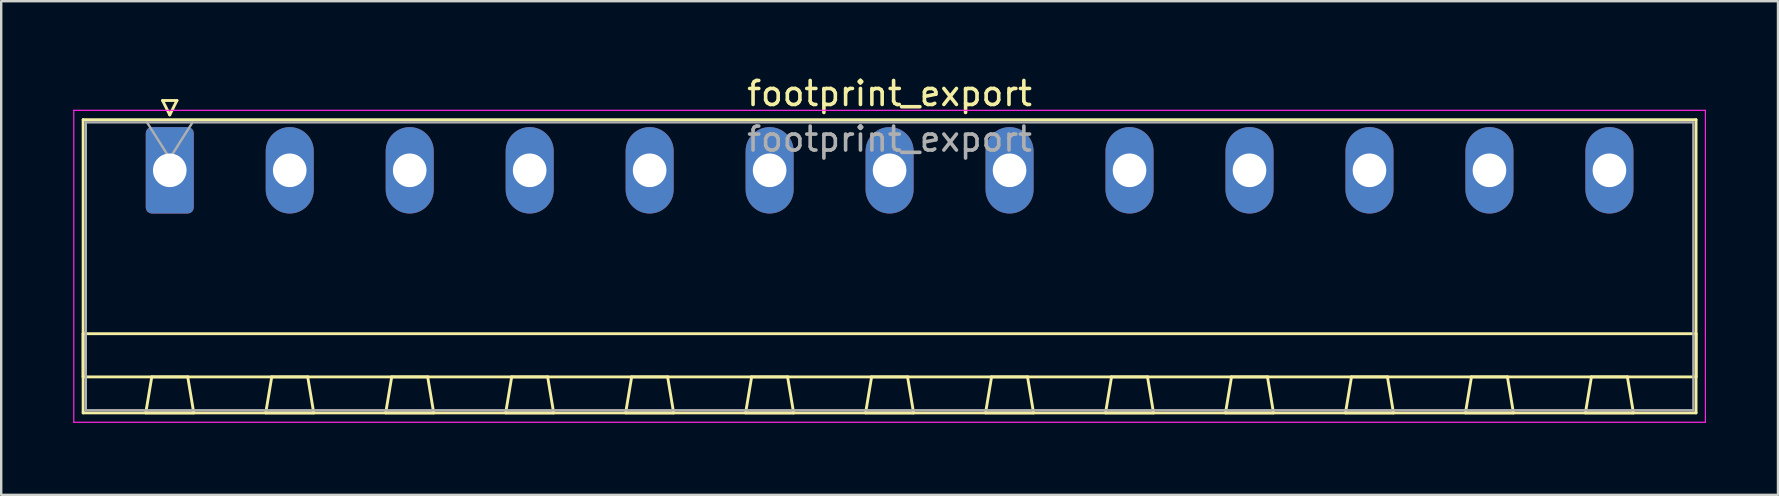
<source format=kicad_pcb>
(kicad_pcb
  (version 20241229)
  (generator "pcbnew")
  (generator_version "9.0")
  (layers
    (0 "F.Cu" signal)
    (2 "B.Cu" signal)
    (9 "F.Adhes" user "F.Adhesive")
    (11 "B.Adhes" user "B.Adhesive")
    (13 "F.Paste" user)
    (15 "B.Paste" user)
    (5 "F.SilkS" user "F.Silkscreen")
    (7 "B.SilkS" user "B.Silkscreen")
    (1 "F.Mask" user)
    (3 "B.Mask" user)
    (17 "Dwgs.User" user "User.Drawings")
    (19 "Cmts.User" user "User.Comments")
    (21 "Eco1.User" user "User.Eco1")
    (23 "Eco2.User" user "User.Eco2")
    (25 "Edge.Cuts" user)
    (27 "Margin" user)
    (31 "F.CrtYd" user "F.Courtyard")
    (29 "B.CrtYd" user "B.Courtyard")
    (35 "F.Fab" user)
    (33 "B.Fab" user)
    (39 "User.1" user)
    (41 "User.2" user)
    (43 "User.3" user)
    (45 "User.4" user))
  (footprint "footprint_export"
    (layer "F.Cu")
    (at 4.025 4.048)
    (property "Reference" "footprint_export" (at 30 -3.2 0) (layer "F.SilkS") (effects (font (size 1 1) (thickness 0.15))))
    (attr through_hole)
    (fp_line (start -3.61 -2.11) (end -3.61 10.11) (stroke (width 0.12) (type solid)) (layer "F.SilkS"))
    (fp_line (start -3.61 6.81) (end 63.61 6.81) (stroke (width 0.12) (type solid)) (layer "F.SilkS"))
    (fp_line (start -3.61 8.61) (end -3.61 6.81) (stroke (width 0.12) (type solid)) (layer "F.SilkS"))
    (fp_line (start -3.61 10.11) (end 63.61 10.11) (stroke (width 0.12) (type solid)) (layer "F.SilkS"))
    (fp_line (start -1 10.11) (end 1 10.11) (stroke (width 0.12) (type solid)) (layer "F.SilkS"))
    (fp_line (start -0.75 8.61) (end -1 10.11) (stroke (width 0.12) (type solid)) (layer "F.SilkS"))
    (fp_line (start -0.3 -2.91) (end 0.3 -2.91) (stroke (width 0.12) (type solid)) (layer "F.SilkS"))
    (fp_line (start 0 -2.31) (end -0.3 -2.91) (stroke (width 0.12) (type solid)) (layer "F.SilkS"))
    (fp_line (start 0.3 -2.91) (end 0 -2.31) (stroke (width 0.12) (type solid)) (layer "F.SilkS"))
    (fp_line (start 0.75 8.61) (end -0.75 8.61) (stroke (width 0.12) (type solid)) (layer "F.SilkS"))
    (fp_line (start 1 10.11) (end 0.75 8.61) (stroke (width 0.12) (type solid)) (layer "F.SilkS"))
    (fp_line (start 4 10.11) (end 6 10.11) (stroke (width 0.12) (type solid)) (layer "F.SilkS"))
    (fp_line (start 4.25 8.61) (end 4 10.11) (stroke (width 0.12) (type solid)) (layer "F.SilkS"))
    (fp_line (start 5.75 8.61) (end 4.25 8.61) (stroke (width 0.12) (type solid)) (layer "F.SilkS"))
    (fp_line (start 6 10.11) (end 5.75 8.61) (stroke (width 0.12) (type solid)) (layer "F.SilkS"))
    (fp_line (start 9 10.11) (end 11 10.11) (stroke (width 0.12) (type solid)) (layer "F.SilkS"))
    (fp_line (start 9.25 8.61) (end 9 10.11) (stroke (width 0.12) (type solid)) (layer "F.SilkS"))
    (fp_line (start 10.75 8.61) (end 9.25 8.61) (stroke (width 0.12) (type solid)) (layer "F.SilkS"))
    (fp_line (start 11 10.11) (end 10.75 8.61) (stroke (width 0.12) (type solid)) (layer "F.SilkS"))
    (fp_line (start 14 10.11) (end 16 10.11) (stroke (width 0.12) (type solid)) (layer "F.SilkS"))
    (fp_line (start 14.25 8.61) (end 14 10.11) (stroke (width 0.12) (type solid)) (layer "F.SilkS"))
    (fp_line (start 15.75 8.61) (end 14.25 8.61) (stroke (width 0.12) (type solid)) (layer "F.SilkS"))
    (fp_line (start 16 10.11) (end 15.75 8.61) (stroke (width 0.12) (type solid)) (layer "F.SilkS"))
    (fp_line (start 19 10.11) (end 21 10.11) (stroke (width 0.12) (type solid)) (layer "F.SilkS"))
    (fp_line (start 19.25 8.61) (end 19 10.11) (stroke (width 0.12) (type solid)) (layer "F.SilkS"))
    (fp_line (start 20.75 8.61) (end 19.25 8.61) (stroke (width 0.12) (type solid)) (layer "F.SilkS"))
    (fp_line (start 21 10.11) (end 20.75 8.61) (stroke (width 0.12) (type solid)) (layer "F.SilkS"))
    (fp_line (start 24 10.11) (end 26 10.11) (stroke (width 0.12) (type solid)) (layer "F.SilkS"))
    (fp_line (start 24.25 8.61) (end 24 10.11) (stroke (width 0.12) (type solid)) (layer "F.SilkS"))
    (fp_line (start 25.75 8.61) (end 24.25 8.61) (stroke (width 0.12) (type solid)) (layer "F.SilkS"))
    (fp_line (start 26 10.11) (end 25.75 8.61) (stroke (width 0.12) (type solid)) (layer "F.SilkS"))
    (fp_line (start 29 10.11) (end 31 10.11) (stroke (width 0.12) (type solid)) (layer "F.SilkS"))
    (fp_line (start 29.25 8.61) (end 29 10.11) (stroke (width 0.12) (type solid)) (layer "F.SilkS"))
    (fp_line (start 30.75 8.61) (end 29.25 8.61) (stroke (width 0.12) (type solid)) (layer "F.SilkS"))
    (fp_line (start 31 10.11) (end 30.75 8.61) (stroke (width 0.12) (type solid)) (layer "F.SilkS"))
    (fp_line (start 34 10.11) (end 36 10.11) (stroke (width 0.12) (type solid)) (layer "F.SilkS"))
    (fp_line (start 34.25 8.61) (end 34 10.11) (stroke (width 0.12) (type solid)) (layer "F.SilkS"))
    (fp_line (start 35.75 8.61) (end 34.25 8.61) (stroke (width 0.12) (type solid)) (layer "F.SilkS"))
    (fp_line (start 36 10.11) (end 35.75 8.61) (stroke (width 0.12) (type solid)) (layer "F.SilkS"))
    (fp_line (start 39 10.11) (end 41 10.11) (stroke (width 0.12) (type solid)) (layer "F.SilkS"))
    (fp_line (start 39.25 8.61) (end 39 10.11) (stroke (width 0.12) (type solid)) (layer "F.SilkS"))
    (fp_line (start 40.75 8.61) (end 39.25 8.61) (stroke (width 0.12) (type solid)) (layer "F.SilkS"))
    (fp_line (start 41 10.11) (end 40.75 8.61) (stroke (width 0.12) (type solid)) (layer "F.SilkS"))
    (fp_line (start 44 10.11) (end 46 10.11) (stroke (width 0.12) (type solid)) (layer "F.SilkS"))
    (fp_line (start 44.25 8.61) (end 44 10.11) (stroke (width 0.12) (type solid)) (layer "F.SilkS"))
    (fp_line (start 45.75 8.61) (end 44.25 8.61) (stroke (width 0.12) (type solid)) (layer "F.SilkS"))
    (fp_line (start 46 10.11) (end 45.75 8.61) (stroke (width 0.12) (type solid)) (layer "F.SilkS"))
    (fp_line (start 49 10.11) (end 51 10.11) (stroke (width 0.12) (type solid)) (layer "F.SilkS"))
    (fp_line (start 49.25 8.61) (end 49 10.11) (stroke (width 0.12) (type solid)) (layer "F.SilkS"))
    (fp_line (start 50.75 8.61) (end 49.25 8.61) (stroke (width 0.12) (type solid)) (layer "F.SilkS"))
    (fp_line (start 51 10.11) (end 50.75 8.61) (stroke (width 0.12) (type solid)) (layer "F.SilkS"))
    (fp_line (start 54 10.11) (end 56 10.11) (stroke (width 0.12) (type solid)) (layer "F.SilkS"))
    (fp_line (start 54.25 8.61) (end 54 10.11) (stroke (width 0.12) (type solid)) (layer "F.SilkS"))
    (fp_line (start 55.75 8.61) (end 54.25 8.61) (stroke (width 0.12) (type solid)) (layer "F.SilkS"))
    (fp_line (start 56 10.11) (end 55.75 8.61) (stroke (width 0.12) (type solid)) (layer "F.SilkS"))
    (fp_line (start 59 10.11) (end 61 10.11) (stroke (width 0.12) (type solid)) (layer "F.SilkS"))
    (fp_line (start 59.25 8.61) (end 59 10.11) (stroke (width 0.12) (type solid)) (layer "F.SilkS"))
    (fp_line (start 60.75 8.61) (end 59.25 8.61) (stroke (width 0.12) (type solid)) (layer "F.SilkS"))
    (fp_line (start 61 10.11) (end 60.75 8.61) (stroke (width 0.12) (type solid)) (layer "F.SilkS"))
    (fp_line (start 63.61 -2.11) (end -3.61 -2.11) (stroke (width 0.12) (type solid)) (layer "F.SilkS"))
    (fp_line (start 63.61 6.81) (end 63.61 8.61) (stroke (width 0.12) (type solid)) (layer "F.SilkS"))
    (fp_line (start 63.61 8.61) (end -3.61 8.61) (stroke (width 0.12) (type solid)) (layer "F.SilkS"))
    (fp_line (start 63.61 10.11) (end 63.61 -2.11) (stroke (width 0.12) (type solid)) (layer "F.SilkS"))
    (fp_line (start -4 -2.5) (end -4 10.5) (stroke (width 0.05) (type solid)) (layer "F.CrtYd"))
    (fp_line (start -4 10.5) (end 64 10.5) (stroke (width 0.05) (type solid)) (layer "F.CrtYd"))
    (fp_line (start 64 -2.5) (end -4 -2.5) (stroke (width 0.05) (type solid)) (layer "F.CrtYd"))
    (fp_line (start 64 10.5) (end 64 -2.5) (stroke (width 0.05) (type solid)) (layer "F.CrtYd"))
    (fp_line (start -3.5 -2) (end -3.5 10) (stroke (width 0.1) (type solid)) (layer "F.Fab"))
    (fp_line (start -3.5 10) (end 63.5 10) (stroke (width 0.1) (type solid)) (layer "F.Fab"))
    (fp_line (start 0 -0.5) (end -0.95 -2) (stroke (width 0.1) (type solid)) (layer "F.Fab"))
    (fp_line (start 0.95 -2) (end 0 -0.5) (stroke (width 0.1) (type solid)) (layer "F.Fab"))
    (fp_line (start 63.5 -2) (end -3.5 -2) (stroke (width 0.1) (type solid)) (layer "F.Fab"))
    (fp_line (start 63.5 10) (end 63.5 -2) (stroke (width 0.1) (type solid)) (layer "F.Fab"))
    (fp_text user "${REFERENCE}" (at 30 -1.3 0) (layer "F.Fab") (effects (font (size 1 1) (thickness 0.15))))
    (pad "1" thru_hole roundrect (at 0 0) (size 2 3.6) (drill 1.4) (layers "*.Cu" "*.Mask") (roundrect_rratio 0.125))
    (pad "2" thru_hole oval (at 5 0) (size 2 3.6) (drill 1.4) (layers "*.Cu" "*.Mask"))
    (pad "3" thru_hole oval (at 10 0) (size 2 3.6) (drill 1.4) (layers "*.Cu" "*.Mask"))
    (pad "4" thru_hole oval (at 15 0) (size 2 3.6) (drill 1.4) (layers "*.Cu" "*.Mask"))
    (pad "5" thru_hole oval (at 20 0) (size 2 3.6) (drill 1.4) (layers "*.Cu" "*.Mask"))
    (pad "6" thru_hole oval (at 25 0) (size 2 3.6) (drill 1.4) (layers "*.Cu" "*.Mask"))
    (pad "7" thru_hole oval (at 30 0) (size 2 3.6) (drill 1.4) (layers "*.Cu" "*.Mask"))
    (pad "8" thru_hole oval (at 35 0) (size 2 3.6) (drill 1.4) (layers "*.Cu" "*.Mask"))
    (pad "9" thru_hole oval (at 40 0) (size 2 3.6) (drill 1.4) (layers "*.Cu" "*.Mask"))
    (pad "10" thru_hole oval (at 45 0) (size 2 3.6) (drill 1.4) (layers "*.Cu" "*.Mask"))
    (pad "11" thru_hole oval (at 50 0) (size 2 3.6) (drill 1.4) (layers "*.Cu" "*.Mask"))
    (pad "12" thru_hole oval (at 55 0) (size 2 3.6) (drill 1.4) (layers "*.Cu" "*.Mask"))
    (pad "13" thru_hole oval (at 60 0) (size 2 3.6) (drill 1.4) (layers "*.Cu" "*.Mask")))
  (gr_rect
    (start -3 -3)
    (end 71.05 17.573)
    (stroke (width 0.1) (type default))
    (fill no)
    (layer "Edge.Cuts")))
</source>
